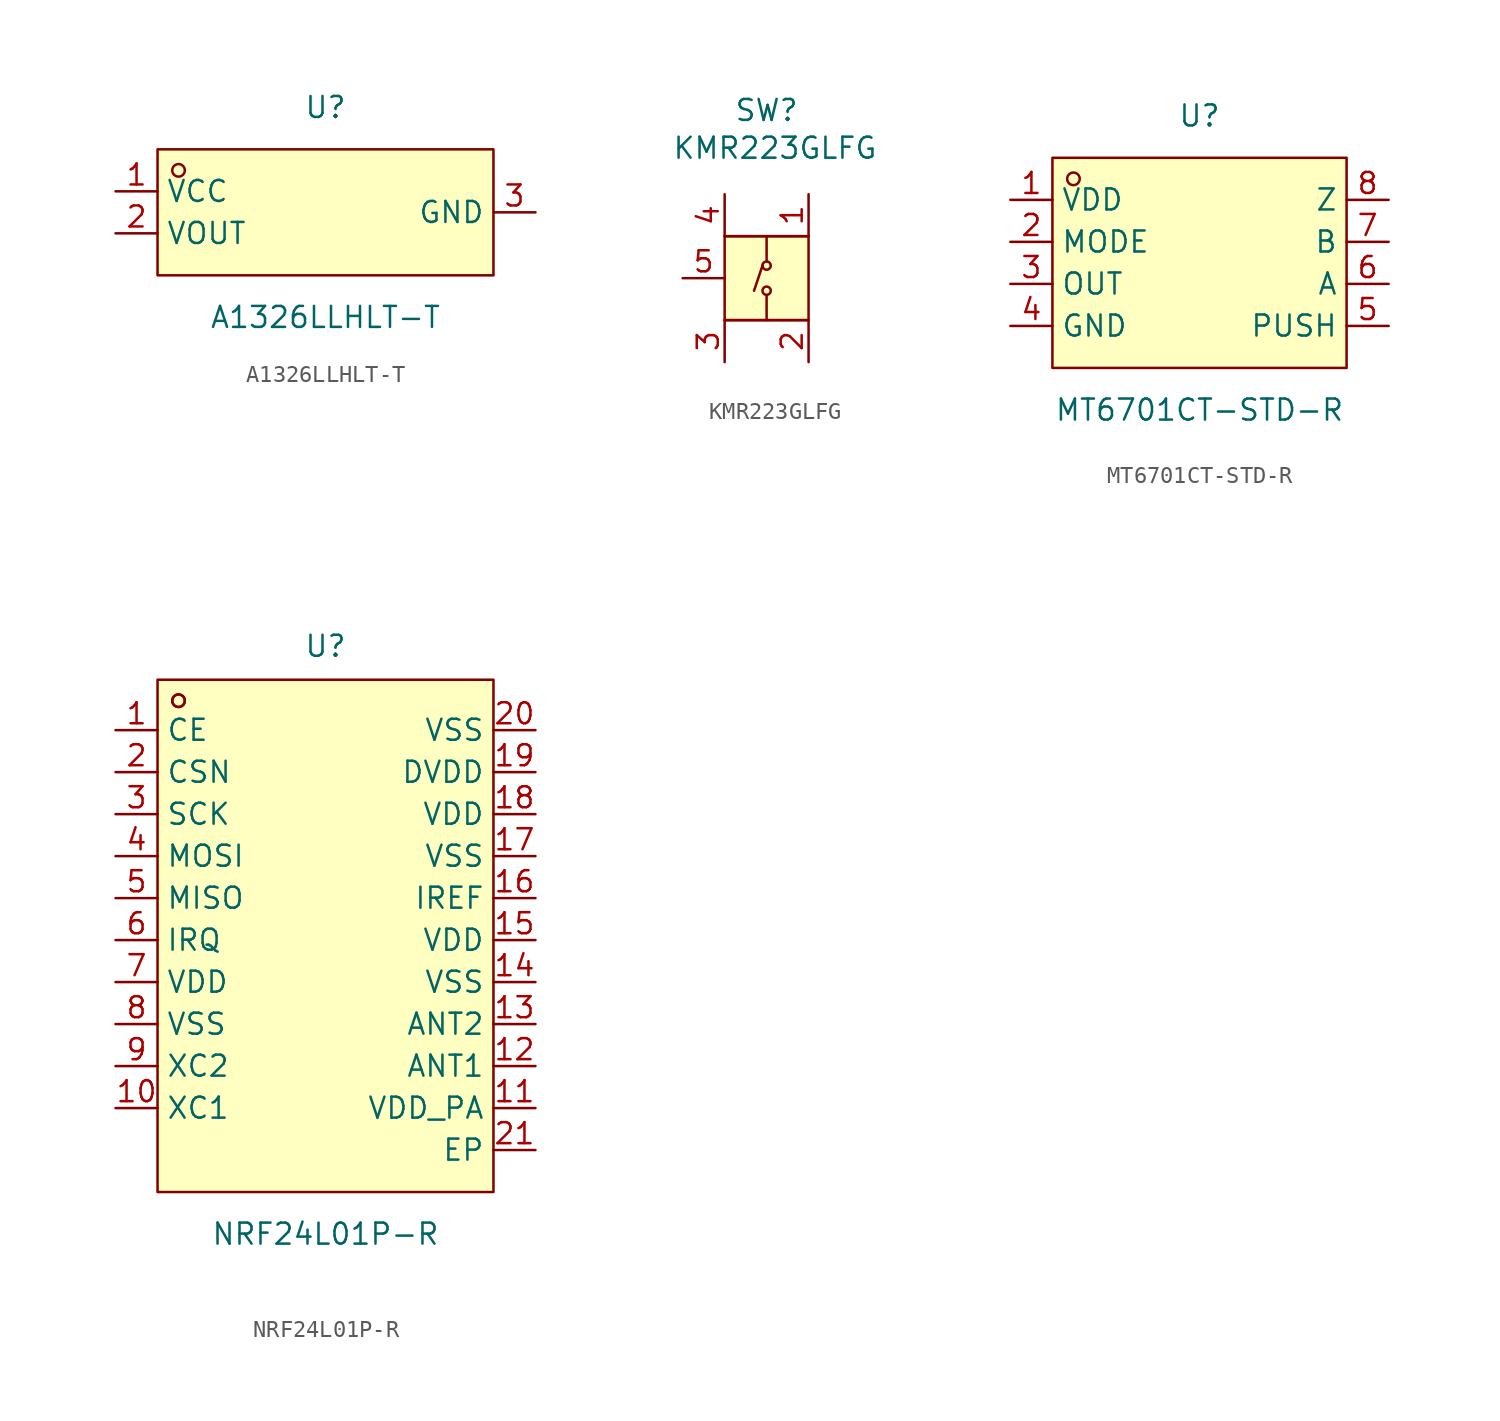
<source format=kicad_sym>
(kicad_symbol_lib
  (version 20241209)
  (generator "kicad_symbol_editor")
  (generator_version "9.0")
  (symbol "A1326LLHLT-T"
    (property "Reference" "U"
      (at 0 6.35 0)
      (effects (font (size 1.27 1.27))))
    (property "Value" "A1326LLHLT-T"
      (at 0 -6.35 0)
      (effects (font (size 1.27 1.27))))
    (symbol "A1326LLHLT-T_0_1"
      (rectangle (start -10.16 3.81) (end 10.16 -3.81) (stroke (width 0) (type default)) (fill (type background)))
      (circle (center -8.89 2.54) (radius 0.38) (stroke (width 0) (type default)) (fill (type none)))
      (pin unspecified line (at -12.7 1.27 0) (length 2.54) (name "VCC" (effects (font (size 1.27 1.27)))) (number "1" (effects (font (size 1.27 1.27)))))
      (pin unspecified line (at -12.7 -1.27 0) (length 2.54) (name "VOUT" (effects (font (size 1.27 1.27)))) (number "2" (effects (font (size 1.27 1.27)))))
      (pin unspecified line (at 12.7 0 180) (length 2.54) (name "GND" (effects (font (size 1.27 1.27)))) (number "3" (effects (font (size 1.27 1.27)))))))
  (symbol "KMR223GLFG"
    (property "Reference" "SW"
      (at 0 10.16 0)
      (effects (font (size 1.27 1.27))))
    (property "Value" "KMR223GLFG"
      (at 0.508 7.874 0)
      (effects (font (size 1.27 1.27))))
    (symbol "KMR223GLFG_0_1"
      (polyline (pts (xy -2.54 2.54) (xy 2.54 2.54)) (stroke (width 0) (type default)) (fill (type none)))
      (polyline (pts (xy -2.54 -2.54) (xy 2.54 -2.54)) (stroke (width 0) (type default)) (fill (type none)))
      (polyline (pts (xy -0.25 0.76) (xy -0.76 -0.76)) (stroke (width 0) (type default)) (fill (type none)))
      (polyline (pts (xy 0 2.54) (xy 0 1.02)) (stroke (width 0) (type default)) (fill (type none)))
      (circle (center 0 0.76) (radius 0.25) (stroke (width 0) (type default)) (fill (type none)))
      (circle (center 0 -0.76) (radius 0.25) (stroke (width 0) (type default)) (fill (type none)))
      (polyline (pts (xy 0 -2.54) (xy 0 -1.02) (xy 0 -1.02)) (stroke (width 0) (type default)) (fill (type none))))
    (symbol "KMR223GLFG_1_1"
      (rectangle (start -2.54 2.54) (end 2.54 -2.54) (stroke (width 0) (type solid)) (fill (type background)))
      (pin unspecified line (at -5.08 0 0) (length 2.54) (name "" (effects (font (size 1.27 1.27)))) (number "5" (effects (font (size 1.27 1.27)))))
      (pin unspecified line (at -2.54 5.08 270) (length 2.54) (name "" (effects (font (size 1.27 1.27)))) (number "4" (effects (font (size 1.27 1.27)))))
      (pin unspecified line (at -2.54 -5.08 90) (length 2.54) (name "" (effects (font (size 1.27 1.27)))) (number "3" (effects (font (size 1.27 1.27)))))
      (pin unspecified line (at 2.54 5.08 270) (length 2.54) (name "" (effects (font (size 1.27 1.27)))) (number "1" (effects (font (size 1.27 1.27)))))
      (pin unspecified line (at 2.54 -5.08 90) (length 2.54) (name "" (effects (font (size 1.27 1.27)))) (number "2" (effects (font (size 1.27 1.27)))))))
  (symbol "MT6701CT-STD-R"
    (property "Reference" "U"
      (at 0 8.89 0)
      (effects (font (size 1.27 1.27))))
    (property "Value" "MT6701CT-STD-R"
      (at 0 -8.89 0)
      (effects (font (size 1.27 1.27))))
    (symbol "MT6701CT-STD-R_0_1"
      (rectangle (start -8.89 6.35) (end 8.89 -6.35) (stroke (width 0) (type default)) (fill (type background)))
      (circle (center -7.62 5.08) (radius 0.38) (stroke (width 0) (type default)) (fill (type none)))
      (pin unspecified line (at -11.43 3.81 0) (length 2.54) (name "VDD" (effects (font (size 1.27 1.27)))) (number "1" (effects (font (size 1.27 1.27)))))
      (pin unspecified line (at -11.43 1.27 0) (length 2.54) (name "MODE" (effects (font (size 1.27 1.27)))) (number "2" (effects (font (size 1.27 1.27)))))
      (pin unspecified line (at -11.43 -1.27 0) (length 2.54) (name "OUT" (effects (font (size 1.27 1.27)))) (number "3" (effects (font (size 1.27 1.27)))))
      (pin unspecified line (at -11.43 -3.81 0) (length 2.54) (name "GND" (effects (font (size 1.27 1.27)))) (number "4" (effects (font (size 1.27 1.27)))))
      (pin unspecified line (at 11.43 3.81 180) (length 2.54) (name "Z" (effects (font (size 1.27 1.27)))) (number "8" (effects (font (size 1.27 1.27)))))
      (pin unspecified line (at 11.43 1.27 180) (length 2.54) (name "B" (effects (font (size 1.27 1.27)))) (number "7" (effects (font (size 1.27 1.27)))))
      (pin unspecified line (at 11.43 -1.27 180) (length 2.54) (name "A" (effects (font (size 1.27 1.27)))) (number "6" (effects (font (size 1.27 1.27)))))
      (pin unspecified line (at 11.43 -3.81 180) (length 2.54) (name "PUSH" (effects (font (size 1.27 1.27)))) (number "5" (effects (font (size 1.27 1.27)))))))
  (symbol "NRF24L01P-R"
    (property "Reference" "U"
      (at 0 16.51 0)
      (effects (font (size 1.27 1.27))))
    (property "Value" "NRF24L01P-R"
      (at 0 -19.05 0)
      (effects (font (size 1.27 1.27))))
    (symbol "NRF24L01P-R_0_1"
      (rectangle (start -10.16 14.48) (end 10.16 -16.51) (stroke (width 0) (type default)) (fill (type background)))
      (circle (center -8.89 13.21) (radius 0.38) (stroke (width 0) (type default)) (fill (type none)))
      (circle (center -8.89 13.21) (radius 0.38) (stroke (width 0) (type default)) (fill (type none)))
      (pin unspecified line (at -12.7 11.43 0) (length 2.54) (name "CE" (effects (font (size 1.27 1.27)))) (number "1" (effects (font (size 1.27 1.27)))))
      (pin unspecified line (at -12.7 8.89 0) (length 2.54) (name "CSN" (effects (font (size 1.27 1.27)))) (number "2" (effects (font (size 1.27 1.27)))))
      (pin unspecified line (at -12.7 6.35 0) (length 2.54) (name "SCK" (effects (font (size 1.27 1.27)))) (number "3" (effects (font (size 1.27 1.27)))))
      (pin unspecified line (at -12.7 3.81 0) (length 2.54) (name "MOSI" (effects (font (size 1.27 1.27)))) (number "4" (effects (font (size 1.27 1.27)))))
      (pin unspecified line (at -12.7 1.27 0) (length 2.54) (name "MISO" (effects (font (size 1.27 1.27)))) (number "5" (effects (font (size 1.27 1.27)))))
      (pin unspecified line (at -12.7 -1.27 0) (length 2.54) (name "IRQ" (effects (font (size 1.27 1.27)))) (number "6" (effects (font (size 1.27 1.27)))))
      (pin unspecified line (at -12.7 -3.81 0) (length 2.54) (name "VDD" (effects (font (size 1.27 1.27)))) (number "7" (effects (font (size 1.27 1.27)))))
      (pin unspecified line (at -12.7 -6.35 0) (length 2.54) (name "VSS" (effects (font (size 1.27 1.27)))) (number "8" (effects (font (size 1.27 1.27)))))
      (pin unspecified line (at -12.7 -8.89 0) (length 2.54) (name "XC2" (effects (font (size 1.27 1.27)))) (number "9" (effects (font (size 1.27 1.27)))))
      (pin unspecified line (at -12.7 -11.43 0) (length 2.54) (name "XC1" (effects (font (size 1.27 1.27)))) (number "10" (effects (font (size 1.27 1.27)))))
      (pin unspecified line (at 12.7 11.43 180) (length 2.54) (name "VSS" (effects (font (size 1.27 1.27)))) (number "20" (effects (font (size 1.27 1.27)))))
      (pin unspecified line (at 12.7 8.89 180) (length 2.54) (name "DVDD" (effects (font (size 1.27 1.27)))) (number "19" (effects (font (size 1.27 1.27)))))
      (pin unspecified line (at 12.7 6.35 180) (length 2.54) (name "VDD" (effects (font (size 1.27 1.27)))) (number "18" (effects (font (size 1.27 1.27)))))
      (pin unspecified line (at 12.7 3.81 180) (length 2.54) (name "VSS" (effects (font (size 1.27 1.27)))) (number "17" (effects (font (size 1.27 1.27)))))
      (pin unspecified line (at 12.7 1.27 180) (length 2.54) (name "IREF" (effects (font (size 1.27 1.27)))) (number "16" (effects (font (size 1.27 1.27)))))
      (pin unspecified line (at 12.7 -1.27 180) (length 2.54) (name "VDD" (effects (font (size 1.27 1.27)))) (number "15" (effects (font (size 1.27 1.27)))))
      (pin unspecified line (at 12.7 -3.81 180) (length 2.54) (name "VSS" (effects (font (size 1.27 1.27)))) (number "14" (effects (font (size 1.27 1.27)))))
      (pin unspecified line (at 12.7 -6.35 180) (length 2.54) (name "ANT2" (effects (font (size 1.27 1.27)))) (number "13" (effects (font (size 1.27 1.27)))))
      (pin unspecified line (at 12.7 -8.89 180) (length 2.54) (name "ANT1" (effects (font (size 1.27 1.27)))) (number "12" (effects (font (size 1.27 1.27)))))
      (pin unspecified line (at 12.7 -11.43 180) (length 2.54) (name "VDD_PA" (effects (font (size 1.27 1.27)))) (number "11" (effects (font (size 1.27 1.27)))))
      (pin unspecified line (at 12.7 -13.97 180) (length 2.54) (name "EP" (effects (font (size 1.27 1.27)))) (number "21" (effects (font (size 1.27 1.27))))))))
</source>
